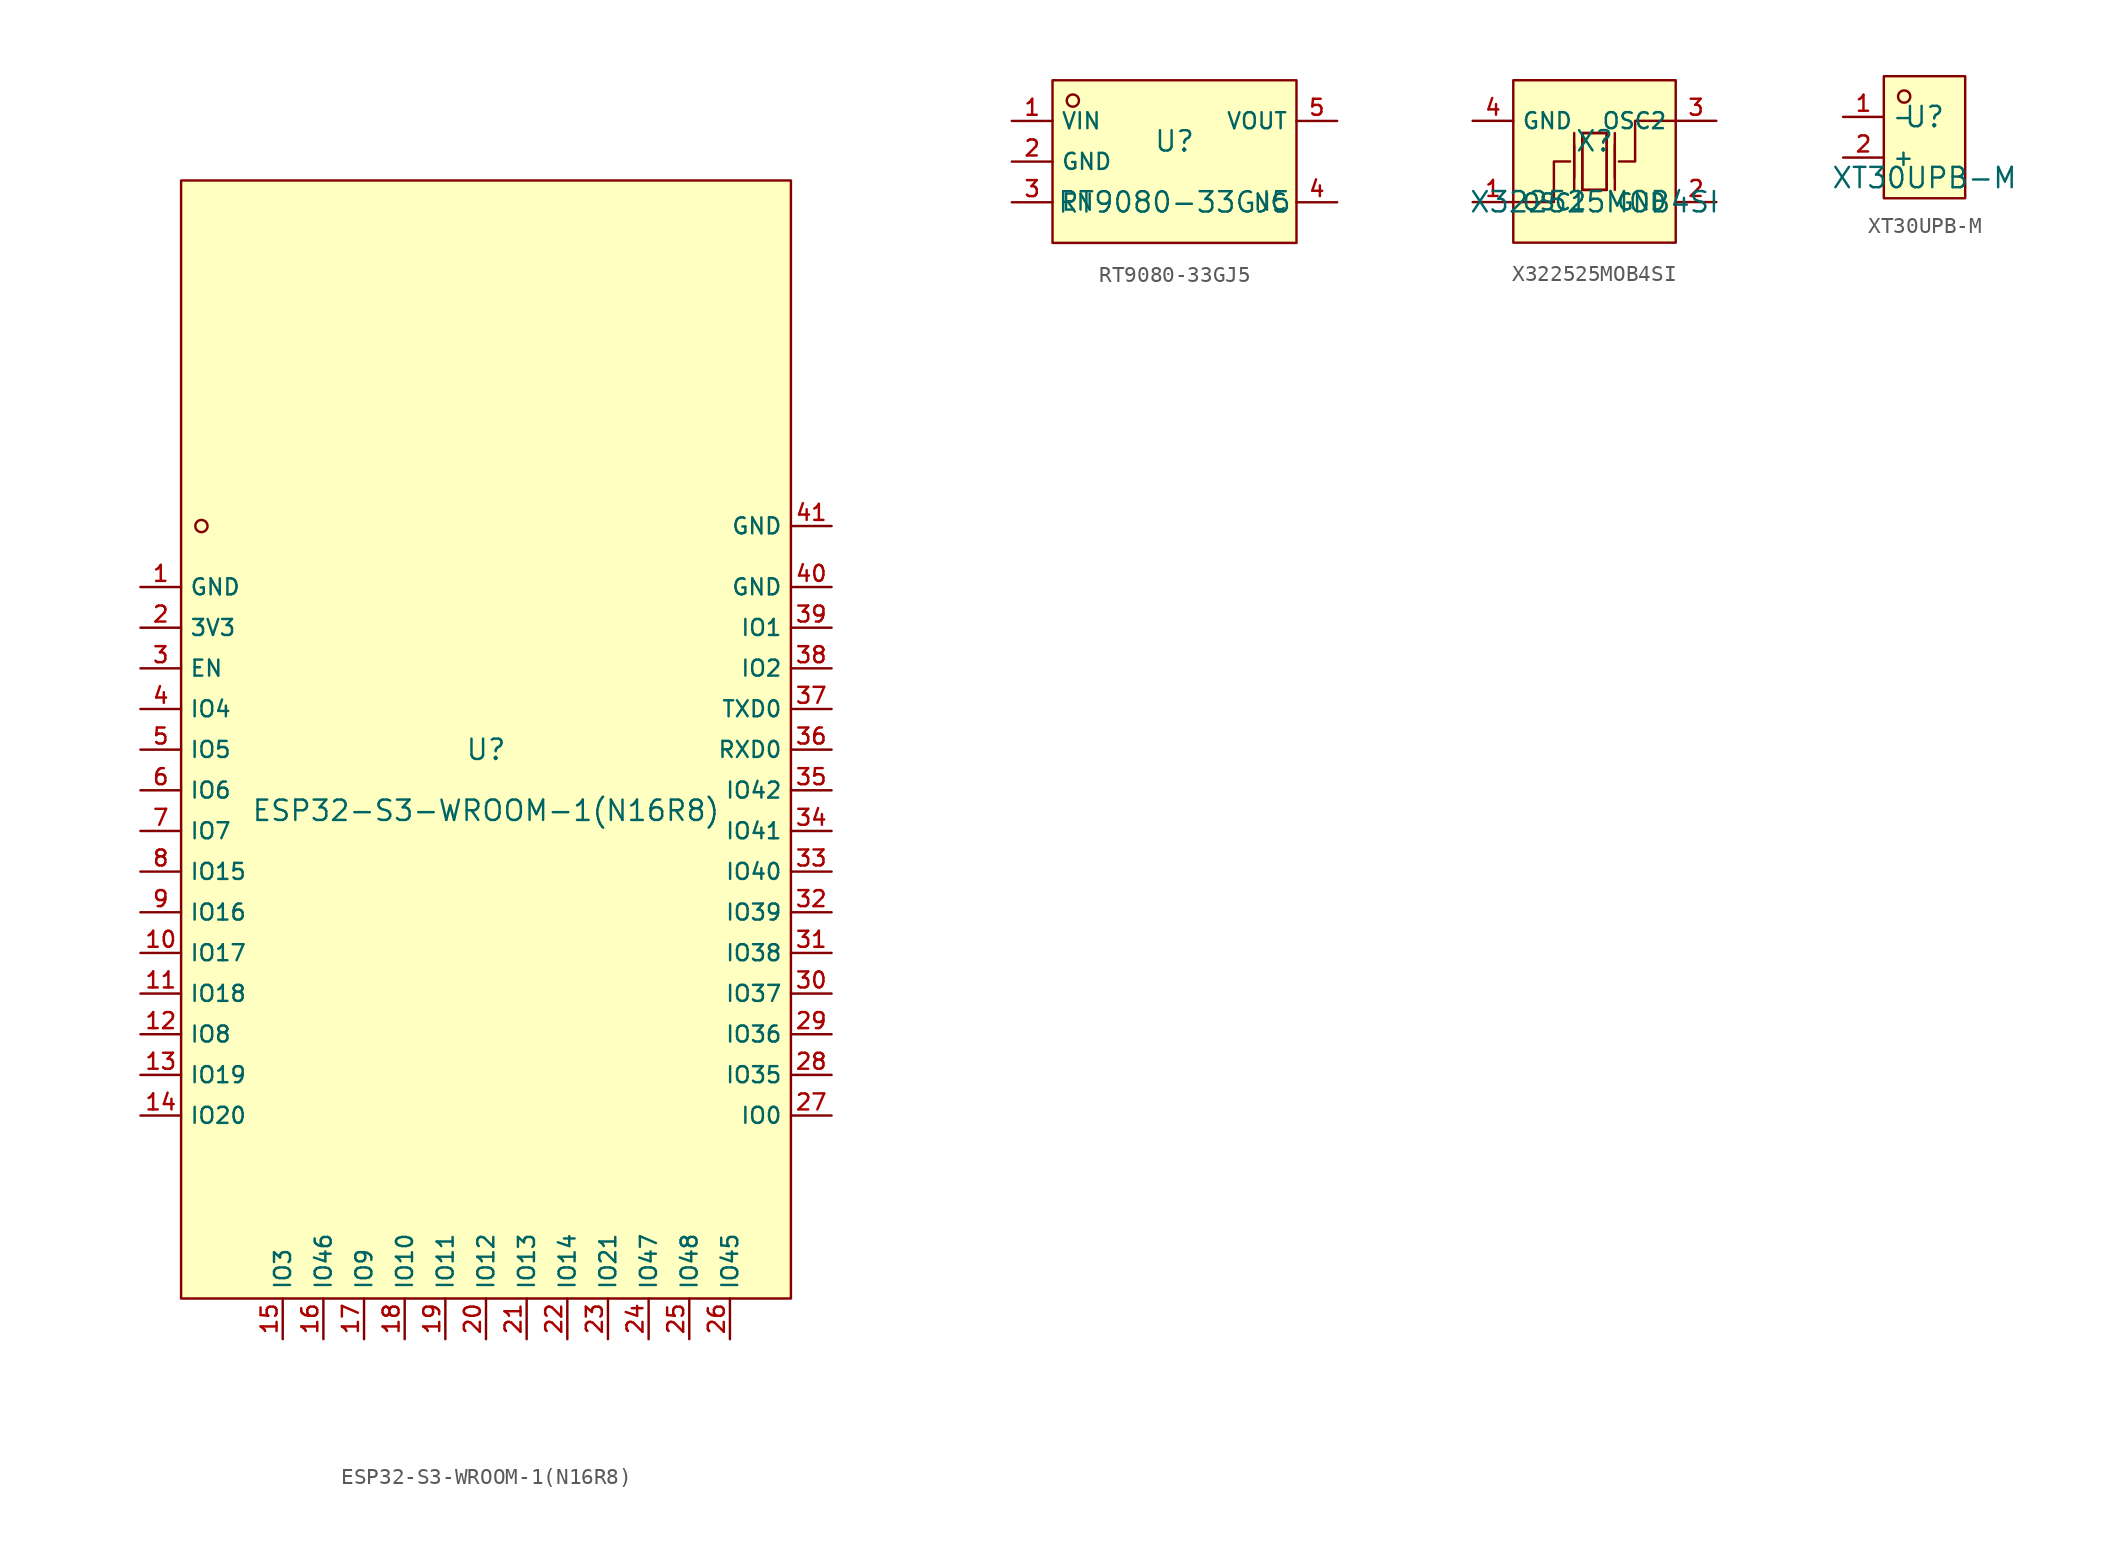
<source format=kicad_sym>
(kicad_symbol_lib
  (version 20241209)
  (generator "kicad_symbol_editor")
  (generator_version "9.0")
  (symbol "ESP32-S3-WROOM-1(N16R8)"
    (property "Reference" "U"
      (at 0 1.27 0)
      (effects (font (size 1.27 1.27))))
    (property "Value" "ESP32-S3-WROOM-1(N16R8)"
      (at 0 -2.54 0)
      (effects (font (size 1.27 1.27))))
    (symbol "ESP32-S3-WROOM-1(N16R8)_0_1"
      (rectangle (start -19.05 36.83) (end 19.05 -33.02) (stroke (width 0) (type default)) (fill (type background)))
      (circle (center -17.78 15.24) (radius 0.381) (stroke (width 0) (type default)) (fill (type background)))
      (pin unspecified line (at -21.59 11.43 0) (length 2.54) (name "GND" (effects (font (size 1 1)))) (number "1" (effects (font (size 1 1)))))
      (pin unspecified line (at -21.59 8.89 0) (length 2.54) (name "3V3" (effects (font (size 1 1)))) (number "2" (effects (font (size 1 1)))))
      (pin unspecified line (at -21.59 6.35 0) (length 2.54) (name "EN" (effects (font (size 1 1)))) (number "3" (effects (font (size 1 1)))))
      (pin unspecified line (at -21.59 3.81 0) (length 2.54) (name "IO4" (effects (font (size 1 1)))) (number "4" (effects (font (size 1 1)))))
      (pin unspecified line (at -21.59 1.27 0) (length 2.54) (name "IO5" (effects (font (size 1 1)))) (number "5" (effects (font (size 1 1)))))
      (pin unspecified line (at -21.59 -1.27 0) (length 2.54) (name "IO6" (effects (font (size 1 1)))) (number "6" (effects (font (size 1 1)))))
      (pin unspecified line (at -21.59 -3.81 0) (length 2.54) (name "IO7" (effects (font (size 1 1)))) (number "7" (effects (font (size 1 1)))))
      (pin unspecified line (at -21.59 -6.35 0) (length 2.54) (name "IO15" (effects (font (size 1 1)))) (number "8" (effects (font (size 1 1)))))
      (pin unspecified line (at -21.59 -8.89 0) (length 2.54) (name "IO16" (effects (font (size 1 1)))) (number "9" (effects (font (size 1 1)))))
      (pin unspecified line (at -21.59 -11.43 0) (length 2.54) (name "IO17" (effects (font (size 1 1)))) (number "10" (effects (font (size 1 1)))))
      (pin unspecified line (at -21.59 -13.97 0) (length 2.54) (name "IO18" (effects (font (size 1 1)))) (number "11" (effects (font (size 1 1)))))
      (pin unspecified line (at -21.59 -16.51 0) (length 2.54) (name "IO8" (effects (font (size 1 1)))) (number "12" (effects (font (size 1 1)))))
      (pin unspecified line (at -21.59 -19.05 0) (length 2.54) (name "IO19" (effects (font (size 1 1)))) (number "13" (effects (font (size 1 1)))))
      (pin unspecified line (at -21.59 -21.59 0) (length 2.54) (name "IO20" (effects (font (size 1 1)))) (number "14" (effects (font (size 1 1)))))
      (pin unspecified line (at -12.7 -35.56 90) (length 2.54) (name "IO3" (effects (font (size 1 1)))) (number "15" (effects (font (size 1 1)))))
      (pin unspecified line (at -10.16 -35.56 90) (length 2.54) (name "IO46" (effects (font (size 1 1)))) (number "16" (effects (font (size 1 1)))))
      (pin unspecified line (at -7.62 -35.56 90) (length 2.54) (name "IO9" (effects (font (size 1 1)))) (number "17" (effects (font (size 1 1)))))
      (pin unspecified line (at -5.08 -35.56 90) (length 2.54) (name "IO10" (effects (font (size 1 1)))) (number "18" (effects (font (size 1 1)))))
      (pin unspecified line (at -2.54 -35.56 90) (length 2.54) (name "IO11" (effects (font (size 1 1)))) (number "19" (effects (font (size 1 1)))))
      (pin unspecified line (at 0 -35.56 90) (length 2.54) (name "IO12" (effects (font (size 1 1)))) (number "20" (effects (font (size 1 1)))))
      (pin unspecified line (at 2.54 -35.56 90) (length 2.54) (name "IO13" (effects (font (size 1 1)))) (number "21" (effects (font (size 1 1)))))
      (pin unspecified line (at 5.08 -35.56 90) (length 2.54) (name "IO14" (effects (font (size 1 1)))) (number "22" (effects (font (size 1 1)))))
      (pin unspecified line (at 7.62 -35.56 90) (length 2.54) (name "IO21" (effects (font (size 1 1)))) (number "23" (effects (font (size 1 1)))))
      (pin unspecified line (at 10.16 -35.56 90) (length 2.54) (name "IO47" (effects (font (size 1 1)))) (number "24" (effects (font (size 1 1)))))
      (pin unspecified line (at 12.7 -35.56 90) (length 2.54) (name "IO48" (effects (font (size 1 1)))) (number "25" (effects (font (size 1 1)))))
      (pin unspecified line (at 15.24 -35.56 90) (length 2.54) (name "IO45" (effects (font (size 1 1)))) (number "26" (effects (font (size 1 1)))))
      (pin unspecified line (at 21.59 15.24 180) (length 2.54) (name "GND" (effects (font (size 1 1)))) (number "41" (effects (font (size 1 1)))))
      (pin unspecified line (at 21.59 11.43 180) (length 2.54) (name "GND" (effects (font (size 1 1)))) (number "40" (effects (font (size 1 1)))))
      (pin unspecified line (at 21.59 8.89 180) (length 2.54) (name "IO1" (effects (font (size 1 1)))) (number "39" (effects (font (size 1 1)))))
      (pin unspecified line (at 21.59 6.35 180) (length 2.54) (name "IO2" (effects (font (size 1 1)))) (number "38" (effects (font (size 1 1)))))
      (pin unspecified line (at 21.59 3.81 180) (length 2.54) (name "TXD0" (effects (font (size 1 1)))) (number "37" (effects (font (size 1 1)))))
      (pin unspecified line (at 21.59 1.27 180) (length 2.54) (name "RXD0" (effects (font (size 1 1)))) (number "36" (effects (font (size 1 1)))))
      (pin unspecified line (at 21.59 -1.27 180) (length 2.54) (name "IO42" (effects (font (size 1 1)))) (number "35" (effects (font (size 1 1)))))
      (pin unspecified line (at 21.59 -3.81 180) (length 2.54) (name "IO41" (effects (font (size 1 1)))) (number "34" (effects (font (size 1 1)))))
      (pin unspecified line (at 21.59 -6.35 180) (length 2.54) (name "IO40" (effects (font (size 1 1)))) (number "33" (effects (font (size 1 1)))))
      (pin unspecified line (at 21.59 -8.89 180) (length 2.54) (name "IO39" (effects (font (size 1 1)))) (number "32" (effects (font (size 1 1)))))
      (pin unspecified line (at 21.59 -11.43 180) (length 2.54) (name "IO38" (effects (font (size 1 1)))) (number "31" (effects (font (size 1 1)))))
      (pin unspecified line (at 21.59 -13.97 180) (length 2.54) (name "IO37" (effects (font (size 1 1)))) (number "30" (effects (font (size 1 1)))))
      (pin unspecified line (at 21.59 -16.51 180) (length 2.54) (name "IO36" (effects (font (size 1 1)))) (number "29" (effects (font (size 1 1)))))
      (pin unspecified line (at 21.59 -19.05 180) (length 2.54) (name "IO35" (effects (font (size 1 1)))) (number "28" (effects (font (size 1 1)))))
      (pin unspecified line (at 21.59 -21.59 180) (length 2.54) (name "IO0" (effects (font (size 1 1)))) (number "27" (effects (font (size 1 1)))))))
  (symbol "RT9080-33GJ5"
    (property "Reference" "U"
      (at 0 1.27 0)
      (effects (font (size 1.27 1.27))))
    (property "Value" "RT9080-33GJ5"
      (at 0 -2.54 0)
      (effects (font (size 1.27 1.27))))
    (symbol "RT9080-33GJ5_0_1"
      (rectangle (start -7.62 5.08) (end 7.62 -5.08) (stroke (width 0) (type default)) (fill (type background)))
      (circle (center -6.35 3.81) (radius 0.381) (stroke (width 0) (type default)) (fill (type background)))
      (pin unspecified line (at -10.16 2.54 0) (length 2.54) (name "VIN" (effects (font (size 1 1)))) (number "1" (effects (font (size 1 1)))))
      (pin unspecified line (at -10.16 0 0) (length 2.54) (name "GND" (effects (font (size 1 1)))) (number "2" (effects (font (size 1 1)))))
      (pin unspecified line (at -10.16 -2.54 0) (length 2.54) (name "EN" (effects (font (size 1 1)))) (number "3" (effects (font (size 1 1)))))
      (pin unspecified line (at 10.16 2.54 180) (length 2.54) (name "VOUT" (effects (font (size 1 1)))) (number "5" (effects (font (size 1 1)))))
      (pin unspecified line (at 10.16 -2.54 180) (length 2.54) (name "NC" (effects (font (size 1 1)))) (number "4" (effects (font (size 1 1)))))))
  (symbol "X322525MOB4SI"
    (property "Reference" "X"
      (at 0 1.27 0)
      (effects (font (size 1.27 1.27))))
    (property "Value" "X322525MOB4SI"
      (at 0 -2.54 0)
      (effects (font (size 1.27 1.27))))
    (symbol "X322525MOB4SI_0_1"
      (polyline (pts (xy -1.27 -1.016) (xy -1.27 1.016)) (stroke (width 0) (type default) (color 0 0 0 0)) (fill (type none)))
      (polyline (pts (xy 0.762 -1.778) (xy -0.762 -1.778)) (stroke (width 0) (type default) (color 0 0 0 0)) (fill (type none)))
      (polyline (pts (xy 1.27 -1.016) (xy 1.27 1.016)) (stroke (width 0) (type default) (color 0 0 0 0)) (fill (type none)))
      (polyline (pts (xy -0.762 -1.778) (xy -0.762 1.778) (xy 0.762 1.778) (xy 0.762 -1.778)) (stroke (width 0) (type default) (color 0 0 0 0)) (fill (type none)))
      (polyline (pts (xy 5.08 2.54) (xy 2.54 2.54) (xy 2.54 -0.0) (xy 1.524 -0.0)) (stroke (width 0) (type default) (color 0 0 0 0)) (fill (type none)))
      (polyline (pts (xy -5.08 -2.54) (xy -2.54 -2.54) (xy -2.54 -0.0) (xy -1.524 -0.0)) (stroke (width 0) (type default) (color 0 0 0 0)) (fill (type none)))
      (polyline (pts (xy 1.27 -1.778) (xy 1.27 1.778)) (stroke (width 0) (type default) (color 0 0 0 0)) (fill (type none)))
      (polyline (pts (xy -1.27 -1.778) (xy -1.27 1.778)) (stroke (width 0) (type default) (color 0 0 0 0)) (fill (type none)))
      (polyline (pts (xy 0.762 1.778) (xy 0.762 -1.778) (xy -0.762 -1.778) (xy -0.762 1.778) (xy 0.762 1.778)) (stroke (width 0) (type default) (color 0 0 0 0)) (fill (type none)))
      (pin unspecified line (at -7.62 2.54 0) (length 2.54) (name "GND" (effects (font (size 1 1)))) (number "4" (effects (font (size 1 1)))))
      (pin unspecified line (at 7.62 -2.54 180) (length 2.54) (name "GND" (effects (font (size 1 1)))) (number "2" (effects (font (size 1 1)))))
      (rectangle (start -5.08 5.08) (end 5.08 -5.08) (stroke (width 0) (type default) (color 0 0 0 0)) (fill (type background)))
      (pin unspecified line (at -7.62 -2.54 0) (length 2.54) (name "OSC1" (effects (font (size 1 1)))) (number "1" (effects (font (size 1 1)))))
      (pin unspecified line (at 7.62 2.54 180) (length 2.54) (name "OSC2" (effects (font (size 1 1)))) (number "3" (effects (font (size 1 1)))))))
  (symbol "XT30UPB-M"
    (property "Reference" "U"
      (at 0 1.27 0)
      (effects (font (size 1.27 1.27))))
    (property "Value" "XT30UPB-M"
      (at 0 -2.54 0)
      (effects (font (size 1.27 1.27))))
    (symbol "XT30UPB-M_0_1"
      (rectangle (start -2.54 3.81) (end 2.54 -3.81) (stroke (width 0) (type default) (color 0 0 0 0)) (fill (type background)))
      (circle (center -1.27 2.54) (radius 0.381) (stroke (width 0) (type default) (color 0 0 0 0)) (fill (type background)))
      (pin unspecified line (at -5.08 1.27 0) (length 2.54) (name "-" (effects (font (size 1 1)))) (number "1" (effects (font (size 1 1)))))
      (pin unspecified line (at -5.08 -1.27 0) (length 2.54) (name "+" (effects (font (size 1 1)))) (number "2" (effects (font (size 1 1))))))))
</source>
